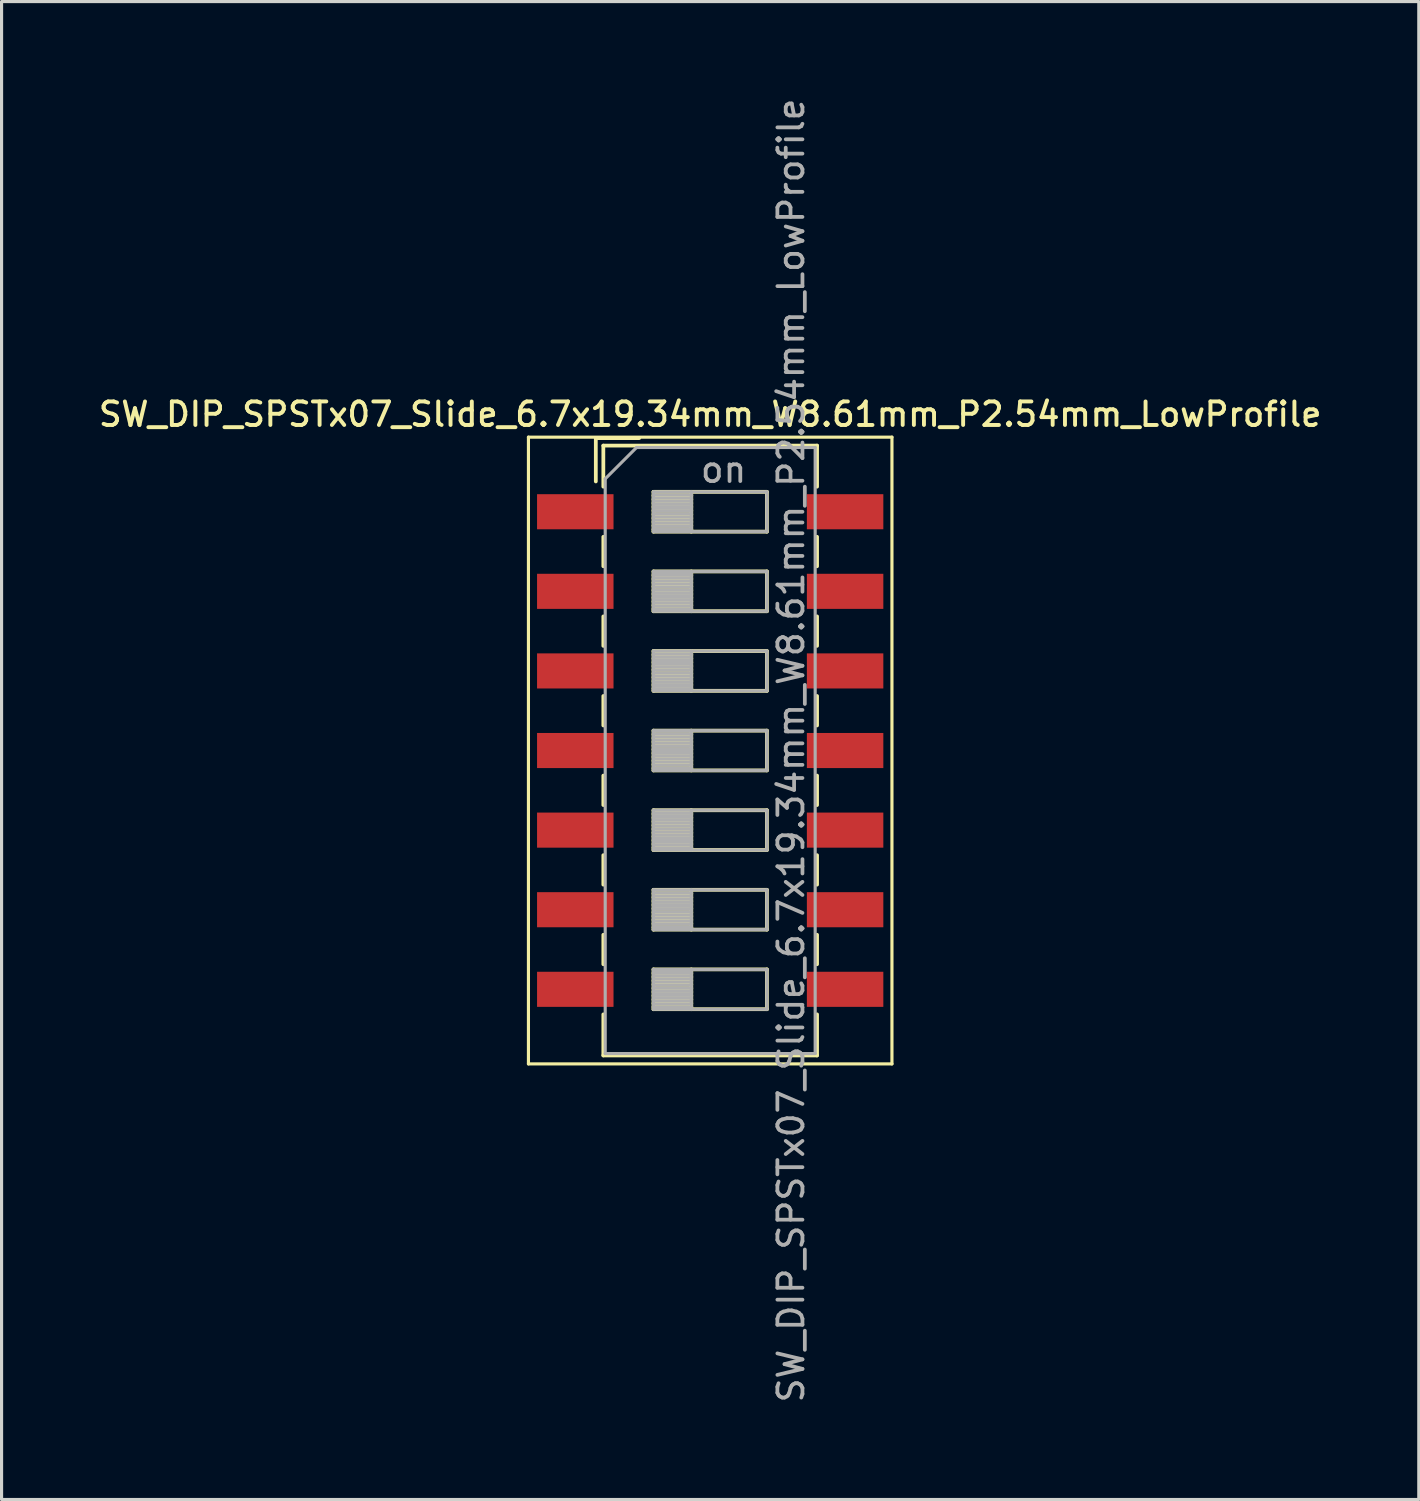
<source format=kicad_pcb>
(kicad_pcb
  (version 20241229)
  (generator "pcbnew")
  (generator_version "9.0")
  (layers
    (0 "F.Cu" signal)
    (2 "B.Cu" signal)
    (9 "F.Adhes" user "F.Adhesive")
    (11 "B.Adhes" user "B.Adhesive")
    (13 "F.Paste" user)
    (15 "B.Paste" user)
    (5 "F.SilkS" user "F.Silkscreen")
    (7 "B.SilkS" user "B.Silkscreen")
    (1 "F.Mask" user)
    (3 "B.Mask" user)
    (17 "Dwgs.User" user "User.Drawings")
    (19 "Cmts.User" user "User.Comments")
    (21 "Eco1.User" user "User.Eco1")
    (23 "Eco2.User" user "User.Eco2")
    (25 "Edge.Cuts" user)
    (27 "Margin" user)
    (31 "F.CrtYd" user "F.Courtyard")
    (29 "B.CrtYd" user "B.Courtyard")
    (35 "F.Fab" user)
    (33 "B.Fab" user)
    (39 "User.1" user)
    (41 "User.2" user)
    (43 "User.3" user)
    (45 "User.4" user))
  (footprint "SW_DIP_SPSTx07_Slide_6.7x19.34mm_W8.61mm_P2.54mm_LowProfile"
    (layer "F.Cu")
    (at 19.613 20.9)
    (property "Reference" "SW_DIP_SPSTx07_Slide_6.7x19.34mm_W8.61mm_P2.54mm_LowProfile" (at 0 -10.73 0) (layer "F.SilkS") (effects (font (size 0.75 0.75) (thickness 0.125))))
    (attr smd)
    (fp_line (start -5.8 -10) (end -5.8 10) (stroke (width 0.1) (type solid)) (layer "F.SilkS"))
    (fp_line (start -5.8 10) (end 5.8 10) (stroke (width 0.1) (type solid)) (layer "F.SilkS"))
    (fp_line (start -3.65 -9.97) (end -3.65 -8.587) (stroke (width 0.12) (type solid)) (layer "F.SilkS"))
    (fp_line (start -3.65 -9.97) (end -2.267 -9.97) (stroke (width 0.12) (type solid)) (layer "F.SilkS"))
    (fp_line (start -3.41 -9.73) (end -3.41 -8.42) (stroke (width 0.12) (type solid)) (layer "F.SilkS"))
    (fp_line (start -3.41 -9.73) (end 3.41 -9.73) (stroke (width 0.12) (type solid)) (layer "F.SilkS"))
    (fp_line (start -3.41 -6.82) (end -3.41 -5.88) (stroke (width 0.12) (type solid)) (layer "F.SilkS"))
    (fp_line (start -3.41 -4.28) (end -3.41 -3.34) (stroke (width 0.12) (type solid)) (layer "F.SilkS"))
    (fp_line (start -3.41 -1.74) (end -3.41 -0.8) (stroke (width 0.12) (type solid)) (layer "F.SilkS"))
    (fp_line (start -3.41 0.8) (end -3.41 1.74) (stroke (width 0.12) (type solid)) (layer "F.SilkS"))
    (fp_line (start -3.41 3.34) (end -3.41 4.28) (stroke (width 0.12) (type solid)) (layer "F.SilkS"))
    (fp_line (start -3.41 5.88) (end -3.41 6.82) (stroke (width 0.12) (type solid)) (layer "F.SilkS"))
    (fp_line (start -3.41 8.42) (end -3.41 9.73) (stroke (width 0.12) (type solid)) (layer "F.SilkS"))
    (fp_line (start -3.41 9.73) (end 3.41 9.73) (stroke (width 0.12) (type solid)) (layer "F.SilkS"))
    (fp_line (start -1.81 -8.255) (end -1.81 -6.985) (stroke (width 0.12) (type solid)) (layer "F.SilkS"))
    (fp_line (start -1.81 -8.135) (end -0.603 -8.135) (stroke (width 0.12) (type solid)) (layer "F.SilkS"))
    (fp_line (start -1.81 -8.015) (end -0.603 -8.015) (stroke (width 0.12) (type solid)) (layer "F.SilkS"))
    (fp_line (start -1.81 -7.895) (end -0.603 -7.895) (stroke (width 0.12) (type solid)) (layer "F.SilkS"))
    (fp_line (start -1.81 -7.775) (end -0.603 -7.775) (stroke (width 0.12) (type solid)) (layer "F.SilkS"))
    (fp_line (start -1.81 -7.655) (end -0.603 -7.655) (stroke (width 0.12) (type solid)) (layer "F.SilkS"))
    (fp_line (start -1.81 -7.535) (end -0.603 -7.535) (stroke (width 0.12) (type solid)) (layer "F.SilkS"))
    (fp_line (start -1.81 -7.415) (end -0.603 -7.415) (stroke (width 0.12) (type solid)) (layer "F.SilkS"))
    (fp_line (start -1.81 -7.295) (end -0.603 -7.295) (stroke (width 0.12) (type solid)) (layer "F.SilkS"))
    (fp_line (start -1.81 -7.175) (end -0.603 -7.175) (stroke (width 0.12) (type solid)) (layer "F.SilkS"))
    (fp_line (start -1.81 -7.055) (end -0.603 -7.055) (stroke (width 0.12) (type solid)) (layer "F.SilkS"))
    (fp_line (start -1.81 -6.985) (end 1.81 -6.985) (stroke (width 0.12) (type solid)) (layer "F.SilkS"))
    (fp_line (start -1.81 -5.715) (end -1.81 -4.445) (stroke (width 0.12) (type solid)) (layer "F.SilkS"))
    (fp_line (start -1.81 -5.595) (end -0.603 -5.595) (stroke (width 0.12) (type solid)) (layer "F.SilkS"))
    (fp_line (start -1.81 -5.475) (end -0.603 -5.475) (stroke (width 0.12) (type solid)) (layer "F.SilkS"))
    (fp_line (start -1.81 -5.355) (end -0.603 -5.355) (stroke (width 0.12) (type solid)) (layer "F.SilkS"))
    (fp_line (start -1.81 -5.235) (end -0.603 -5.235) (stroke (width 0.12) (type solid)) (layer "F.SilkS"))
    (fp_line (start -1.81 -5.115) (end -0.603 -5.115) (stroke (width 0.12) (type solid)) (layer "F.SilkS"))
    (fp_line (start -1.81 -4.995) (end -0.603 -4.995) (stroke (width 0.12) (type solid)) (layer "F.SilkS"))
    (fp_line (start -1.81 -4.875) (end -0.603 -4.875) (stroke (width 0.12) (type solid)) (layer "F.SilkS"))
    (fp_line (start -1.81 -4.755) (end -0.603 -4.755) (stroke (width 0.12) (type solid)) (layer "F.SilkS"))
    (fp_line (start -1.81 -4.635) (end -0.603 -4.635) (stroke (width 0.12) (type solid)) (layer "F.SilkS"))
    (fp_line (start -1.81 -4.515) (end -0.603 -4.515) (stroke (width 0.12) (type solid)) (layer "F.SilkS"))
    (fp_line (start -1.81 -4.445) (end 1.81 -4.445) (stroke (width 0.12) (type solid)) (layer "F.SilkS"))
    (fp_line (start -1.81 -3.175) (end -1.81 -1.905) (stroke (width 0.12) (type solid)) (layer "F.SilkS"))
    (fp_line (start -1.81 -3.055) (end -0.603 -3.055) (stroke (width 0.12) (type solid)) (layer "F.SilkS"))
    (fp_line (start -1.81 -2.935) (end -0.603 -2.935) (stroke (width 0.12) (type solid)) (layer "F.SilkS"))
    (fp_line (start -1.81 -2.815) (end -0.603 -2.815) (stroke (width 0.12) (type solid)) (layer "F.SilkS"))
    (fp_line (start -1.81 -2.695) (end -0.603 -2.695) (stroke (width 0.12) (type solid)) (layer "F.SilkS"))
    (fp_line (start -1.81 -2.575) (end -0.603 -2.575) (stroke (width 0.12) (type solid)) (layer "F.SilkS"))
    (fp_line (start -1.81 -2.455) (end -0.603 -2.455) (stroke (width 0.12) (type solid)) (layer "F.SilkS"))
    (fp_line (start -1.81 -2.335) (end -0.603 -2.335) (stroke (width 0.12) (type solid)) (layer "F.SilkS"))
    (fp_line (start -1.81 -2.215) (end -0.603 -2.215) (stroke (width 0.12) (type solid)) (layer "F.SilkS"))
    (fp_line (start -1.81 -2.095) (end -0.603 -2.095) (stroke (width 0.12) (type solid)) (layer "F.SilkS"))
    (fp_line (start -1.81 -1.975) (end -0.603 -1.975) (stroke (width 0.12) (type solid)) (layer "F.SilkS"))
    (fp_line (start -1.81 -1.905) (end 1.81 -1.905) (stroke (width 0.12) (type solid)) (layer "F.SilkS"))
    (fp_line (start -1.81 -0.635) (end -1.81 0.635) (stroke (width 0.12) (type solid)) (layer "F.SilkS"))
    (fp_line (start -1.81 -0.515) (end -0.603 -0.515) (stroke (width 0.12) (type solid)) (layer "F.SilkS"))
    (fp_line (start -1.81 -0.395) (end -0.603 -0.395) (stroke (width 0.12) (type solid)) (layer "F.SilkS"))
    (fp_line (start -1.81 -0.275) (end -0.603 -0.275) (stroke (width 0.12) (type solid)) (layer "F.SilkS"))
    (fp_line (start -1.81 -0.155) (end -0.603 -0.155) (stroke (width 0.12) (type solid)) (layer "F.SilkS"))
    (fp_line (start -1.81 -0.035) (end -0.603 -0.035) (stroke (width 0.12) (type solid)) (layer "F.SilkS"))
    (fp_line (start -1.81 0.085) (end -0.603 0.085) (stroke (width 0.12) (type solid)) (layer "F.SilkS"))
    (fp_line (start -1.81 0.205) (end -0.603 0.205) (stroke (width 0.12) (type solid)) (layer "F.SilkS"))
    (fp_line (start -1.81 0.325) (end -0.603 0.325) (stroke (width 0.12) (type solid)) (layer "F.SilkS"))
    (fp_line (start -1.81 0.445) (end -0.603 0.445) (stroke (width 0.12) (type solid)) (layer "F.SilkS"))
    (fp_line (start -1.81 0.565) (end -0.603 0.565) (stroke (width 0.12) (type solid)) (layer "F.SilkS"))
    (fp_line (start -1.81 0.635) (end 1.81 0.635) (stroke (width 0.12) (type solid)) (layer "F.SilkS"))
    (fp_line (start -1.81 1.905) (end -1.81 3.175) (stroke (width 0.12) (type solid)) (layer "F.SilkS"))
    (fp_line (start -1.81 2.025) (end -0.603 2.025) (stroke (width 0.12) (type solid)) (layer "F.SilkS"))
    (fp_line (start -1.81 2.145) (end -0.603 2.145) (stroke (width 0.12) (type solid)) (layer "F.SilkS"))
    (fp_line (start -1.81 2.265) (end -0.603 2.265) (stroke (width 0.12) (type solid)) (layer "F.SilkS"))
    (fp_line (start -1.81 2.385) (end -0.603 2.385) (stroke (width 0.12) (type solid)) (layer "F.SilkS"))
    (fp_line (start -1.81 2.505) (end -0.603 2.505) (stroke (width 0.12) (type solid)) (layer "F.SilkS"))
    (fp_line (start -1.81 2.625) (end -0.603 2.625) (stroke (width 0.12) (type solid)) (layer "F.SilkS"))
    (fp_line (start -1.81 2.745) (end -0.603 2.745) (stroke (width 0.12) (type solid)) (layer "F.SilkS"))
    (fp_line (start -1.81 2.865) (end -0.603 2.865) (stroke (width 0.12) (type solid)) (layer "F.SilkS"))
    (fp_line (start -1.81 2.985) (end -0.603 2.985) (stroke (width 0.12) (type solid)) (layer "F.SilkS"))
    (fp_line (start -1.81 3.105) (end -0.603 3.105) (stroke (width 0.12) (type solid)) (layer "F.SilkS"))
    (fp_line (start -1.81 3.175) (end 1.81 3.175) (stroke (width 0.12) (type solid)) (layer "F.SilkS"))
    (fp_line (start -1.81 4.445) (end -1.81 5.715) (stroke (width 0.12) (type solid)) (layer "F.SilkS"))
    (fp_line (start -1.81 4.565) (end -0.603 4.565) (stroke (width 0.12) (type solid)) (layer "F.SilkS"))
    (fp_line (start -1.81 4.685) (end -0.603 4.685) (stroke (width 0.12) (type solid)) (layer "F.SilkS"))
    (fp_line (start -1.81 4.805) (end -0.603 4.805) (stroke (width 0.12) (type solid)) (layer "F.SilkS"))
    (fp_line (start -1.81 4.925) (end -0.603 4.925) (stroke (width 0.12) (type solid)) (layer "F.SilkS"))
    (fp_line (start -1.81 5.045) (end -0.603 5.045) (stroke (width 0.12) (type solid)) (layer "F.SilkS"))
    (fp_line (start -1.81 5.165) (end -0.603 5.165) (stroke (width 0.12) (type solid)) (layer "F.SilkS"))
    (fp_line (start -1.81 5.285) (end -0.603 5.285) (stroke (width 0.12) (type solid)) (layer "F.SilkS"))
    (fp_line (start -1.81 5.405) (end -0.603 5.405) (stroke (width 0.12) (type solid)) (layer "F.SilkS"))
    (fp_line (start -1.81 5.525) (end -0.603 5.525) (stroke (width 0.12) (type solid)) (layer "F.SilkS"))
    (fp_line (start -1.81 5.645) (end -0.603 5.645) (stroke (width 0.12) (type solid)) (layer "F.SilkS"))
    (fp_line (start -1.81 5.715) (end 1.81 5.715) (stroke (width 0.12) (type solid)) (layer "F.SilkS"))
    (fp_line (start -1.81 6.985) (end -1.81 8.255) (stroke (width 0.12) (type solid)) (layer "F.SilkS"))
    (fp_line (start -1.81 7.105) (end -0.603 7.105) (stroke (width 0.12) (type solid)) (layer "F.SilkS"))
    (fp_line (start -1.81 7.225) (end -0.603 7.225) (stroke (width 0.12) (type solid)) (layer "F.SilkS"))
    (fp_line (start -1.81 7.345) (end -0.603 7.345) (stroke (width 0.12) (type solid)) (layer "F.SilkS"))
    (fp_line (start -1.81 7.465) (end -0.603 7.465) (stroke (width 0.12) (type solid)) (layer "F.SilkS"))
    (fp_line (start -1.81 7.585) (end -0.603 7.585) (stroke (width 0.12) (type solid)) (layer "F.SilkS"))
    (fp_line (start -1.81 7.705) (end -0.603 7.705) (stroke (width 0.12) (type solid)) (layer "F.SilkS"))
    (fp_line (start -1.81 7.825) (end -0.603 7.825) (stroke (width 0.12) (type solid)) (layer "F.SilkS"))
    (fp_line (start -1.81 7.945) (end -0.603 7.945) (stroke (width 0.12) (type solid)) (layer "F.SilkS"))
    (fp_line (start -1.81 8.065) (end -0.603 8.065) (stroke (width 0.12) (type solid)) (layer "F.SilkS"))
    (fp_line (start -1.81 8.185) (end -0.603 8.185) (stroke (width 0.12) (type solid)) (layer "F.SilkS"))
    (fp_line (start -1.81 8.255) (end 1.81 8.255) (stroke (width 0.12) (type solid)) (layer "F.SilkS"))
    (fp_line (start -0.603 -8.255) (end -0.603 -6.985) (stroke (width 0.12) (type solid)) (layer "F.SilkS"))
    (fp_line (start -0.603 -5.715) (end -0.603 -4.445) (stroke (width 0.12) (type solid)) (layer "F.SilkS"))
    (fp_line (start -0.603 -3.175) (end -0.603 -1.905) (stroke (width 0.12) (type solid)) (layer "F.SilkS"))
    (fp_line (start -0.603 -0.635) (end -0.603 0.635) (stroke (width 0.12) (type solid)) (layer "F.SilkS"))
    (fp_line (start -0.603 1.905) (end -0.603 3.175) (stroke (width 0.12) (type solid)) (layer "F.SilkS"))
    (fp_line (start -0.603 4.445) (end -0.603 5.715) (stroke (width 0.12) (type solid)) (layer "F.SilkS"))
    (fp_line (start -0.603 6.985) (end -0.603 8.255) (stroke (width 0.12) (type solid)) (layer "F.SilkS"))
    (fp_line (start 1.81 -8.255) (end -1.81 -8.255) (stroke (width 0.12) (type solid)) (layer "F.SilkS"))
    (fp_line (start 1.81 -6.985) (end 1.81 -8.255) (stroke (width 0.12) (type solid)) (layer "F.SilkS"))
    (fp_line (start 1.81 -5.715) (end -1.81 -5.715) (stroke (width 0.12) (type solid)) (layer "F.SilkS"))
    (fp_line (start 1.81 -4.445) (end 1.81 -5.715) (stroke (width 0.12) (type solid)) (layer "F.SilkS"))
    (fp_line (start 1.81 -3.175) (end -1.81 -3.175) (stroke (width 0.12) (type solid)) (layer "F.SilkS"))
    (fp_line (start 1.81 -1.905) (end 1.81 -3.175) (stroke (width 0.12) (type solid)) (layer "F.SilkS"))
    (fp_line (start 1.81 -0.635) (end -1.81 -0.635) (stroke (width 0.12) (type solid)) (layer "F.SilkS"))
    (fp_line (start 1.81 0.635) (end 1.81 -0.635) (stroke (width 0.12) (type solid)) (layer "F.SilkS"))
    (fp_line (start 1.81 1.905) (end -1.81 1.905) (stroke (width 0.12) (type solid)) (layer "F.SilkS"))
    (fp_line (start 1.81 3.175) (end 1.81 1.905) (stroke (width 0.12) (type solid)) (layer "F.SilkS"))
    (fp_line (start 1.81 4.445) (end -1.81 4.445) (stroke (width 0.12) (type solid)) (layer "F.SilkS"))
    (fp_line (start 1.81 5.715) (end 1.81 4.445) (stroke (width 0.12) (type solid)) (layer "F.SilkS"))
    (fp_line (start 1.81 6.985) (end -1.81 6.985) (stroke (width 0.12) (type solid)) (layer "F.SilkS"))
    (fp_line (start 1.81 8.255) (end 1.81 6.985) (stroke (width 0.12) (type solid)) (layer "F.SilkS"))
    (fp_line (start 3.41 -9.73) (end 3.41 -8.42) (stroke (width 0.12) (type solid)) (layer "F.SilkS"))
    (fp_line (start 3.41 -6.82) (end 3.41 -5.88) (stroke (width 0.12) (type solid)) (layer "F.SilkS"))
    (fp_line (start 3.41 -4.28) (end 3.41 -3.34) (stroke (width 0.12) (type solid)) (layer "F.SilkS"))
    (fp_line (start 3.41 -1.74) (end 3.41 -0.8) (stroke (width 0.12) (type solid)) (layer "F.SilkS"))
    (fp_line (start 3.41 0.8) (end 3.41 1.74) (stroke (width 0.12) (type solid)) (layer "F.SilkS"))
    (fp_line (start 3.41 3.34) (end 3.41 4.28) (stroke (width 0.12) (type solid)) (layer "F.SilkS"))
    (fp_line (start 3.41 5.88) (end 3.41 6.82) (stroke (width 0.12) (type solid)) (layer "F.SilkS"))
    (fp_line (start 3.41 8.42) (end 3.41 9.73) (stroke (width 0.12) (type solid)) (layer "F.SilkS"))
    (fp_line (start 5.8 -10) (end -5.8 -10) (stroke (width 0.1) (type solid)) (layer "F.SilkS"))
    (fp_line (start 5.8 10) (end 5.8 -10) (stroke (width 0.1) (type solid)) (layer "F.SilkS"))
    (fp_line (start -3.35 -8.67) (end -2.35 -9.67) (stroke (width 0.1) (type solid)) (layer "F.Fab"))
    (fp_line (start -3.35 9.67) (end -3.35 -8.67) (stroke (width 0.1) (type solid)) (layer "F.Fab"))
    (fp_line (start -2.35 -9.67) (end 3.35 -9.67) (stroke (width 0.1) (type solid)) (layer "F.Fab"))
    (fp_line (start -1.81 -8.255) (end -1.81 -6.985) (stroke (width 0.1) (type solid)) (layer "F.Fab"))
    (fp_line (start -1.81 -8.155) (end -0.603 -8.155) (stroke (width 0.1) (type solid)) (layer "F.Fab"))
    (fp_line (start -1.81 -8.055) (end -0.603 -8.055) (stroke (width 0.1) (type solid)) (layer "F.Fab"))
    (fp_line (start -1.81 -7.955) (end -0.603 -7.955) (stroke (width 0.1) (type solid)) (layer "F.Fab"))
    (fp_line (start -1.81 -7.855) (end -0.603 -7.855) (stroke (width 0.1) (type solid)) (layer "F.Fab"))
    (fp_line (start -1.81 -7.755) (end -0.603 -7.755) (stroke (width 0.1) (type solid)) (layer "F.Fab"))
    (fp_line (start -1.81 -7.655) (end -0.603 -7.655) (stroke (width 0.1) (type solid)) (layer "F.Fab"))
    (fp_line (start -1.81 -7.555) (end -0.603 -7.555) (stroke (width 0.1) (type solid)) (layer "F.Fab"))
    (fp_line (start -1.81 -7.455) (end -0.603 -7.455) (stroke (width 0.1) (type solid)) (layer "F.Fab"))
    (fp_line (start -1.81 -7.355) (end -0.603 -7.355) (stroke (width 0.1) (type solid)) (layer "F.Fab"))
    (fp_line (start -1.81 -7.255) (end -0.603 -7.255) (stroke (width 0.1) (type solid)) (layer "F.Fab"))
    (fp_line (start -1.81 -7.155) (end -0.603 -7.155) (stroke (width 0.1) (type solid)) (layer "F.Fab"))
    (fp_line (start -1.81 -7.055) (end -0.603 -7.055) (stroke (width 0.1) (type solid)) (layer "F.Fab"))
    (fp_line (start -1.81 -6.985) (end 1.81 -6.985) (stroke (width 0.1) (type solid)) (layer "F.Fab"))
    (fp_line (start -1.81 -5.715) (end -1.81 -4.445) (stroke (width 0.1) (type solid)) (layer "F.Fab"))
    (fp_line (start -1.81 -5.615) (end -0.603 -5.615) (stroke (width 0.1) (type solid)) (layer "F.Fab"))
    (fp_line (start -1.81 -5.515) (end -0.603 -5.515) (stroke (width 0.1) (type solid)) (layer "F.Fab"))
    (fp_line (start -1.81 -5.415) (end -0.603 -5.415) (stroke (width 0.1) (type solid)) (layer "F.Fab"))
    (fp_line (start -1.81 -5.315) (end -0.603 -5.315) (stroke (width 0.1) (type solid)) (layer "F.Fab"))
    (fp_line (start -1.81 -5.215) (end -0.603 -5.215) (stroke (width 0.1) (type solid)) (layer "F.Fab"))
    (fp_line (start -1.81 -5.115) (end -0.603 -5.115) (stroke (width 0.1) (type solid)) (layer "F.Fab"))
    (fp_line (start -1.81 -5.015) (end -0.603 -5.015) (stroke (width 0.1) (type solid)) (layer "F.Fab"))
    (fp_line (start -1.81 -4.915) (end -0.603 -4.915) (stroke (width 0.1) (type solid)) (layer "F.Fab"))
    (fp_line (start -1.81 -4.815) (end -0.603 -4.815) (stroke (width 0.1) (type solid)) (layer "F.Fab"))
    (fp_line (start -1.81 -4.715) (end -0.603 -4.715) (stroke (width 0.1) (type solid)) (layer "F.Fab"))
    (fp_line (start -1.81 -4.615) (end -0.603 -4.615) (stroke (width 0.1) (type solid)) (layer "F.Fab"))
    (fp_line (start -1.81 -4.515) (end -0.603 -4.515) (stroke (width 0.1) (type solid)) (layer "F.Fab"))
    (fp_line (start -1.81 -4.445) (end 1.81 -4.445) (stroke (width 0.1) (type solid)) (layer "F.Fab"))
    (fp_line (start -1.81 -3.175) (end -1.81 -1.905) (stroke (width 0.1) (type solid)) (layer "F.Fab"))
    (fp_line (start -1.81 -3.075) (end -0.603 -3.075) (stroke (width 0.1) (type solid)) (layer "F.Fab"))
    (fp_line (start -1.81 -2.975) (end -0.603 -2.975) (stroke (width 0.1) (type solid)) (layer "F.Fab"))
    (fp_line (start -1.81 -2.875) (end -0.603 -2.875) (stroke (width 0.1) (type solid)) (layer "F.Fab"))
    (fp_line (start -1.81 -2.775) (end -0.603 -2.775) (stroke (width 0.1) (type solid)) (layer "F.Fab"))
    (fp_line (start -1.81 -2.675) (end -0.603 -2.675) (stroke (width 0.1) (type solid)) (layer "F.Fab"))
    (fp_line (start -1.81 -2.575) (end -0.603 -2.575) (stroke (width 0.1) (type solid)) (layer "F.Fab"))
    (fp_line (start -1.81 -2.475) (end -0.603 -2.475) (stroke (width 0.1) (type solid)) (layer "F.Fab"))
    (fp_line (start -1.81 -2.375) (end -0.603 -2.375) (stroke (width 0.1) (type solid)) (layer "F.Fab"))
    (fp_line (start -1.81 -2.275) (end -0.603 -2.275) (stroke (width 0.1) (type solid)) (layer "F.Fab"))
    (fp_line (start -1.81 -2.175) (end -0.603 -2.175) (stroke (width 0.1) (type solid)) (layer "F.Fab"))
    (fp_line (start -1.81 -2.075) (end -0.603 -2.075) (stroke (width 0.1) (type solid)) (layer "F.Fab"))
    (fp_line (start -1.81 -1.975) (end -0.603 -1.975) (stroke (width 0.1) (type solid)) (layer "F.Fab"))
    (fp_line (start -1.81 -1.905) (end 1.81 -1.905) (stroke (width 0.1) (type solid)) (layer "F.Fab"))
    (fp_line (start -1.81 -0.635) (end -1.81 0.635) (stroke (width 0.1) (type solid)) (layer "F.Fab"))
    (fp_line (start -1.81 -0.535) (end -0.603 -0.535) (stroke (width 0.1) (type solid)) (layer "F.Fab"))
    (fp_line (start -1.81 -0.435) (end -0.603 -0.435) (stroke (width 0.1) (type solid)) (layer "F.Fab"))
    (fp_line (start -1.81 -0.335) (end -0.603 -0.335) (stroke (width 0.1) (type solid)) (layer "F.Fab"))
    (fp_line (start -1.81 -0.235) (end -0.603 -0.235) (stroke (width 0.1) (type solid)) (layer "F.Fab"))
    (fp_line (start -1.81 -0.135) (end -0.603 -0.135) (stroke (width 0.1) (type solid)) (layer "F.Fab"))
    (fp_line (start -1.81 -0.035) (end -0.603 -0.035) (stroke (width 0.1) (type solid)) (layer "F.Fab"))
    (fp_line (start -1.81 0.065) (end -0.603 0.065) (stroke (width 0.1) (type solid)) (layer "F.Fab"))
    (fp_line (start -1.81 0.165) (end -0.603 0.165) (stroke (width 0.1) (type solid)) (layer "F.Fab"))
    (fp_line (start -1.81 0.265) (end -0.603 0.265) (stroke (width 0.1) (type solid)) (layer "F.Fab"))
    (fp_line (start -1.81 0.365) (end -0.603 0.365) (stroke (width 0.1) (type solid)) (layer "F.Fab"))
    (fp_line (start -1.81 0.465) (end -0.603 0.465) (stroke (width 0.1) (type solid)) (layer "F.Fab"))
    (fp_line (start -1.81 0.565) (end -0.603 0.565) (stroke (width 0.1) (type solid)) (layer "F.Fab"))
    (fp_line (start -1.81 0.635) (end 1.81 0.635) (stroke (width 0.1) (type solid)) (layer "F.Fab"))
    (fp_line (start -1.81 1.905) (end -1.81 3.175) (stroke (width 0.1) (type solid)) (layer "F.Fab"))
    (fp_line (start -1.81 2.005) (end -0.603 2.005) (stroke (width 0.1) (type solid)) (layer "F.Fab"))
    (fp_line (start -1.81 2.105) (end -0.603 2.105) (stroke (width 0.1) (type solid)) (layer "F.Fab"))
    (fp_line (start -1.81 2.205) (end -0.603 2.205) (stroke (width 0.1) (type solid)) (layer "F.Fab"))
    (fp_line (start -1.81 2.305) (end -0.603 2.305) (stroke (width 0.1) (type solid)) (layer "F.Fab"))
    (fp_line (start -1.81 2.405) (end -0.603 2.405) (stroke (width 0.1) (type solid)) (layer "F.Fab"))
    (fp_line (start -1.81 2.505) (end -0.603 2.505) (stroke (width 0.1) (type solid)) (layer "F.Fab"))
    (fp_line (start -1.81 2.605) (end -0.603 2.605) (stroke (width 0.1) (type solid)) (layer "F.Fab"))
    (fp_line (start -1.81 2.705) (end -0.603 2.705) (stroke (width 0.1) (type solid)) (layer "F.Fab"))
    (fp_line (start -1.81 2.805) (end -0.603 2.805) (stroke (width 0.1) (type solid)) (layer "F.Fab"))
    (fp_line (start -1.81 2.905) (end -0.603 2.905) (stroke (width 0.1) (type solid)) (layer "F.Fab"))
    (fp_line (start -1.81 3.005) (end -0.603 3.005) (stroke (width 0.1) (type solid)) (layer "F.Fab"))
    (fp_line (start -1.81 3.105) (end -0.603 3.105) (stroke (width 0.1) (type solid)) (layer "F.Fab"))
    (fp_line (start -1.81 3.175) (end 1.81 3.175) (stroke (width 0.1) (type solid)) (layer "F.Fab"))
    (fp_line (start -1.81 4.445) (end -1.81 5.715) (stroke (width 0.1) (type solid)) (layer "F.Fab"))
    (fp_line (start -1.81 4.545) (end -0.603 4.545) (stroke (width 0.1) (type solid)) (layer "F.Fab"))
    (fp_line (start -1.81 4.645) (end -0.603 4.645) (stroke (width 0.1) (type solid)) (layer "F.Fab"))
    (fp_line (start -1.81 4.745) (end -0.603 4.745) (stroke (width 0.1) (type solid)) (layer "F.Fab"))
    (fp_line (start -1.81 4.845) (end -0.603 4.845) (stroke (width 0.1) (type solid)) (layer "F.Fab"))
    (fp_line (start -1.81 4.945) (end -0.603 4.945) (stroke (width 0.1) (type solid)) (layer "F.Fab"))
    (fp_line (start -1.81 5.045) (end -0.603 5.045) (stroke (width 0.1) (type solid)) (layer "F.Fab"))
    (fp_line (start -1.81 5.145) (end -0.603 5.145) (stroke (width 0.1) (type solid)) (layer "F.Fab"))
    (fp_line (start -1.81 5.245) (end -0.603 5.245) (stroke (width 0.1) (type solid)) (layer "F.Fab"))
    (fp_line (start -1.81 5.345) (end -0.603 5.345) (stroke (width 0.1) (type solid)) (layer "F.Fab"))
    (fp_line (start -1.81 5.445) (end -0.603 5.445) (stroke (width 0.1) (type solid)) (layer "F.Fab"))
    (fp_line (start -1.81 5.545) (end -0.603 5.545) (stroke (width 0.1) (type solid)) (layer "F.Fab"))
    (fp_line (start -1.81 5.645) (end -0.603 5.645) (stroke (width 0.1) (type solid)) (layer "F.Fab"))
    (fp_line (start -1.81 5.715) (end 1.81 5.715) (stroke (width 0.1) (type solid)) (layer "F.Fab"))
    (fp_line (start -1.81 6.985) (end -1.81 8.255) (stroke (width 0.1) (type solid)) (layer "F.Fab"))
    (fp_line (start -1.81 7.085) (end -0.603 7.085) (stroke (width 0.1) (type solid)) (layer "F.Fab"))
    (fp_line (start -1.81 7.185) (end -0.603 7.185) (stroke (width 0.1) (type solid)) (layer "F.Fab"))
    (fp_line (start -1.81 7.285) (end -0.603 7.285) (stroke (width 0.1) (type solid)) (layer "F.Fab"))
    (fp_line (start -1.81 7.385) (end -0.603 7.385) (stroke (width 0.1) (type solid)) (layer "F.Fab"))
    (fp_line (start -1.81 7.485) (end -0.603 7.485) (stroke (width 0.1) (type solid)) (layer "F.Fab"))
    (fp_line (start -1.81 7.585) (end -0.603 7.585) (stroke (width 0.1) (type solid)) (layer "F.Fab"))
    (fp_line (start -1.81 7.685) (end -0.603 7.685) (stroke (width 0.1) (type solid)) (layer "F.Fab"))
    (fp_line (start -1.81 7.785) (end -0.603 7.785) (stroke (width 0.1) (type solid)) (layer "F.Fab"))
    (fp_line (start -1.81 7.885) (end -0.603 7.885) (stroke (width 0.1) (type solid)) (layer "F.Fab"))
    (fp_line (start -1.81 7.985) (end -0.603 7.985) (stroke (width 0.1) (type solid)) (layer "F.Fab"))
    (fp_line (start -1.81 8.085) (end -0.603 8.085) (stroke (width 0.1) (type solid)) (layer "F.Fab"))
    (fp_line (start -1.81 8.185) (end -0.603 8.185) (stroke (width 0.1) (type solid)) (layer "F.Fab"))
    (fp_line (start -1.81 8.255) (end 1.81 8.255) (stroke (width 0.1) (type solid)) (layer "F.Fab"))
    (fp_line (start -0.603 -8.255) (end -0.603 -6.985) (stroke (width 0.1) (type solid)) (layer "F.Fab"))
    (fp_line (start -0.603 -5.715) (end -0.603 -4.445) (stroke (width 0.1) (type solid)) (layer "F.Fab"))
    (fp_line (start -0.603 -3.175) (end -0.603 -1.905) (stroke (width 0.1) (type solid)) (layer "F.Fab"))
    (fp_line (start -0.603 -0.635) (end -0.603 0.635) (stroke (width 0.1) (type solid)) (layer "F.Fab"))
    (fp_line (start -0.603 1.905) (end -0.603 3.175) (stroke (width 0.1) (type solid)) (layer "F.Fab"))
    (fp_line (start -0.603 4.445) (end -0.603 5.715) (stroke (width 0.1) (type solid)) (layer "F.Fab"))
    (fp_line (start -0.603 6.985) (end -0.603 8.255) (stroke (width 0.1) (type solid)) (layer "F.Fab"))
    (fp_line (start 1.81 -8.255) (end -1.81 -8.255) (stroke (width 0.1) (type solid)) (layer "F.Fab"))
    (fp_line (start 1.81 -6.985) (end 1.81 -8.255) (stroke (width 0.1) (type solid)) (layer "F.Fab"))
    (fp_line (start 1.81 -5.715) (end -1.81 -5.715) (stroke (width 0.1) (type solid)) (layer "F.Fab"))
    (fp_line (start 1.81 -4.445) (end 1.81 -5.715) (stroke (width 0.1) (type solid)) (layer "F.Fab"))
    (fp_line (start 1.81 -3.175) (end -1.81 -3.175) (stroke (width 0.1) (type solid)) (layer "F.Fab"))
    (fp_line (start 1.81 -1.905) (end 1.81 -3.175) (stroke (width 0.1) (type solid)) (layer "F.Fab"))
    (fp_line (start 1.81 -0.635) (end -1.81 -0.635) (stroke (width 0.1) (type solid)) (layer "F.Fab"))
    (fp_line (start 1.81 0.635) (end 1.81 -0.635) (stroke (width 0.1) (type solid)) (layer "F.Fab"))
    (fp_line (start 1.81 1.905) (end -1.81 1.905) (stroke (width 0.1) (type solid)) (layer "F.Fab"))
    (fp_line (start 1.81 3.175) (end 1.81 1.905) (stroke (width 0.1) (type solid)) (layer "F.Fab"))
    (fp_line (start 1.81 4.445) (end -1.81 4.445) (stroke (width 0.1) (type solid)) (layer "F.Fab"))
    (fp_line (start 1.81 5.715) (end 1.81 4.445) (stroke (width 0.1) (type solid)) (layer "F.Fab"))
    (fp_line (start 1.81 6.985) (end -1.81 6.985) (stroke (width 0.1) (type solid)) (layer "F.Fab"))
    (fp_line (start 1.81 8.255) (end 1.81 6.985) (stroke (width 0.1) (type solid)) (layer "F.Fab"))
    (fp_line (start 3.35 -9.67) (end 3.35 9.67) (stroke (width 0.1) (type solid)) (layer "F.Fab"))
    (fp_line (start 3.35 9.67) (end -3.35 9.67) (stroke (width 0.1) (type solid)) (layer "F.Fab"))
    (fp_text user "${REFERENCE}" (at 2.58 0 90) (layer "F.Fab") (effects (font (size 0.8 0.8) (thickness 0.12))))
    (fp_text user "on" (at 0.427 -8.963 0) (layer "F.Fab") (effects (font (size 0.8 0.8) (thickness 0.12))))
    (pad "1" smd rect (at -4.305 -7.62) (size 2.44 1.12) (layers "F.Cu" "F.Mask" "F.Paste"))
    (pad "2" smd rect (at -4.305 -5.08) (size 2.44 1.12) (layers "F.Cu" "F.Mask" "F.Paste"))
    (pad "3" smd rect (at -4.305 -2.54) (size 2.44 1.12) (layers "F.Cu" "F.Mask" "F.Paste"))
    (pad "4" smd rect (at -4.305 0) (size 2.44 1.12) (layers "F.Cu" "F.Mask" "F.Paste"))
    (pad "5" smd rect (at -4.305 2.54) (size 2.44 1.12) (layers "F.Cu" "F.Mask" "F.Paste"))
    (pad "6" smd rect (at -4.305 5.08) (size 2.44 1.12) (layers "F.Cu" "F.Mask" "F.Paste"))
    (pad "7" smd rect (at -4.305 7.62) (size 2.44 1.12) (layers "F.Cu" "F.Mask" "F.Paste"))
    (pad "8" smd rect (at 4.305 7.62) (size 2.44 1.12) (layers "F.Cu" "F.Mask" "F.Paste"))
    (pad "9" smd rect (at 4.305 5.08) (size 2.44 1.12) (layers "F.Cu" "F.Mask" "F.Paste"))
    (pad "10" smd rect (at 4.305 2.54) (size 2.44 1.12) (layers "F.Cu" "F.Mask" "F.Paste"))
    (pad "11" smd rect (at 4.305 0) (size 2.44 1.12) (layers "F.Cu" "F.Mask" "F.Paste"))
    (pad "12" smd rect (at 4.305 -2.54) (size 2.44 1.12) (layers "F.Cu" "F.Mask" "F.Paste"))
    (pad "13" smd rect (at 4.305 -5.08) (size 2.44 1.12) (layers "F.Cu" "F.Mask" "F.Paste"))
    (pad "14" smd rect (at 4.305 -7.62) (size 2.44 1.12) (layers "F.Cu" "F.Mask" "F.Paste")))
  (gr_rect
    (start -3 -3)
    (end 42.225 44.8)
    (stroke (width 0.1) (type default))
    (fill no)
    (layer "Edge.Cuts")))
</source>
